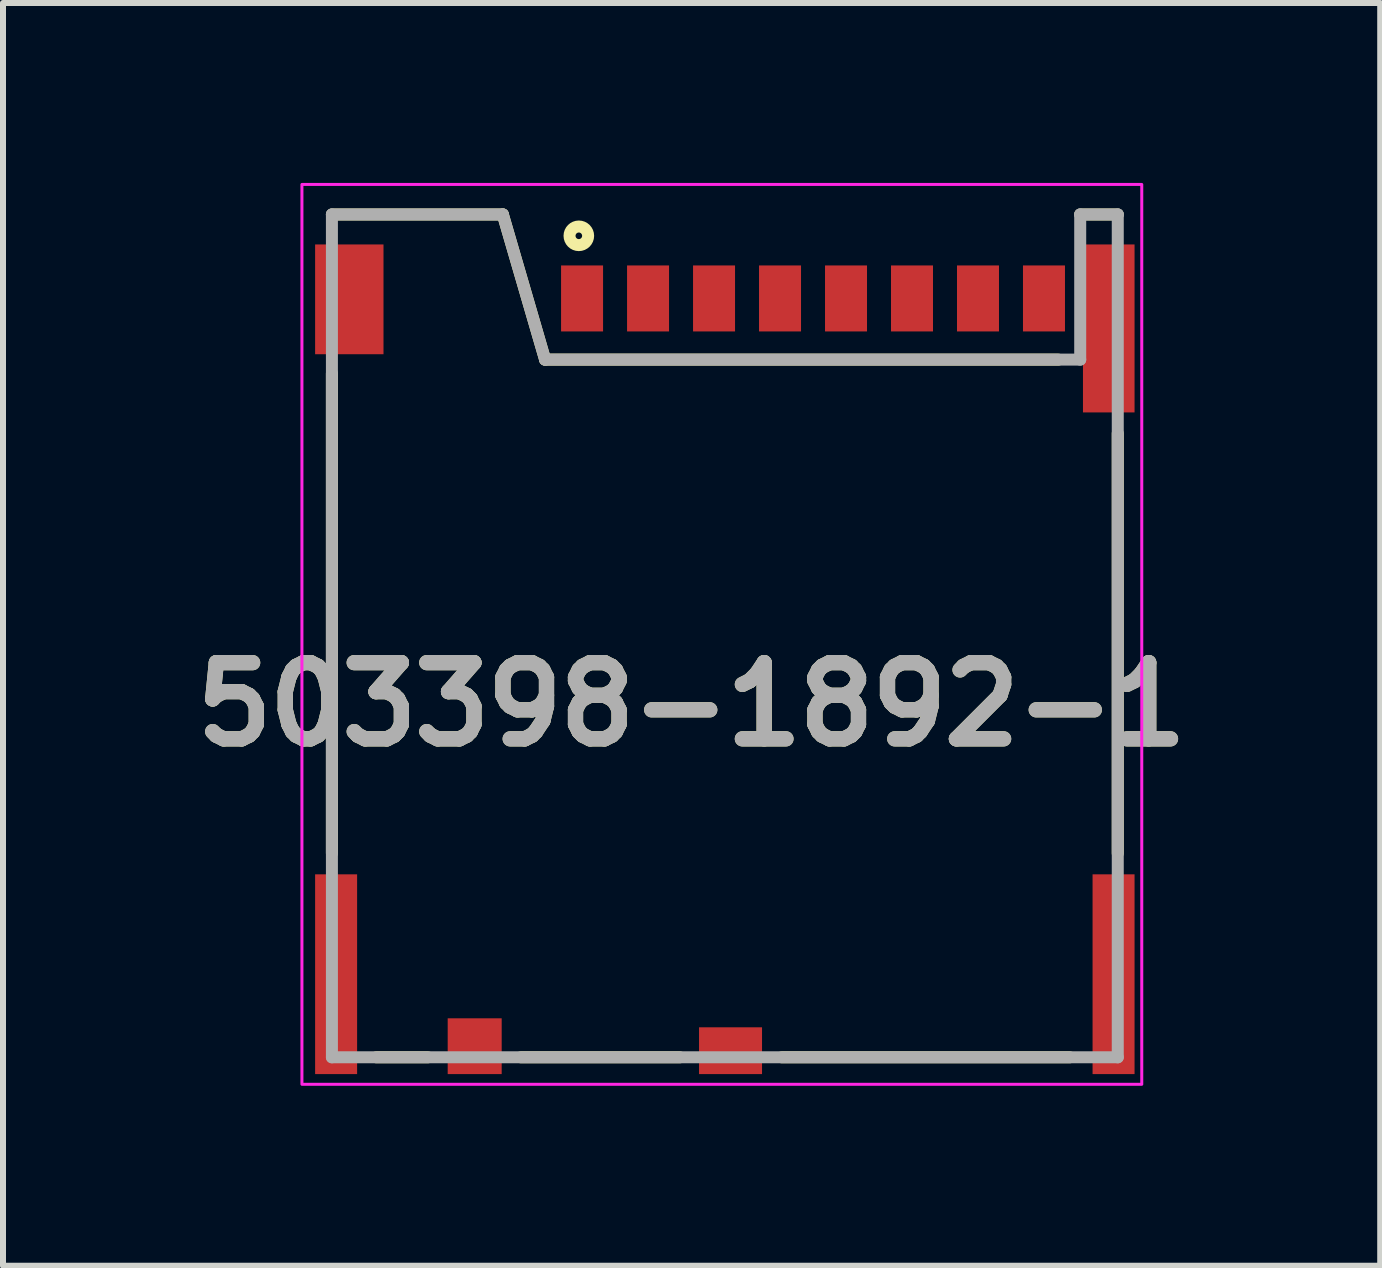
<source format=kicad_pcb>
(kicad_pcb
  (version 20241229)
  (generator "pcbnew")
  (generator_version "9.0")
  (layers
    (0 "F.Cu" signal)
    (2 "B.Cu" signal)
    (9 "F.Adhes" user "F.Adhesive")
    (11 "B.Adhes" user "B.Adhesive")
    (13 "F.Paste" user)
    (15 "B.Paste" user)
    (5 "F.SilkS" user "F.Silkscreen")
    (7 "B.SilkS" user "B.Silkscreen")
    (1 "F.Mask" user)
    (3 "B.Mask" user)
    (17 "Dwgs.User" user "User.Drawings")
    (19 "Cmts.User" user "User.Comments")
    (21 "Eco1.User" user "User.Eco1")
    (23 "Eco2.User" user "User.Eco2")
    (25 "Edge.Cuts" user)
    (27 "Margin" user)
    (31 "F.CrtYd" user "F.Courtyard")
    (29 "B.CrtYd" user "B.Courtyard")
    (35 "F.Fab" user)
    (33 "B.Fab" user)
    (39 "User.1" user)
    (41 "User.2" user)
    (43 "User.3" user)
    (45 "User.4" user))
  (footprint "503398-1892-1"
    (layer "F.Cu")
    (at 2.483 0.525)
    (property "Reference" "503398-1892-1" (at 5.996 8.167 0) (layer "F.SilkS") (effects (font (size 1.27 1.27) (thickness 0.254))))
    (attr smd)
    (fp_line (start 0 0) (end 2.849 0) (stroke (width 0.2) (type solid)) (layer "F.SilkS"))
    (fp_line (start 0 2.65) (end 0 10.648) (stroke (width 0.2) (type solid)) (layer "F.SilkS"))
    (fp_line (start 0.74 14.05) (end 1.6 14.05) (stroke (width 0.2) (type solid)) (layer "F.SilkS"))
    (fp_line (start 2.849 0) (end 3.554 2.42) (stroke (width 0.2) (type solid)) (layer "F.SilkS"))
    (fp_line (start 3.15 14.05) (end 5.8 14.05) (stroke (width 0.2) (type solid)) (layer "F.SilkS"))
    (fp_line (start 3.554 2.42) (end 12.109 2.42) (stroke (width 0.2) (type solid)) (layer "F.SilkS"))
    (fp_line (start 7.5 14.05) (end 12.3 14.05) (stroke (width 0.2) (type solid)) (layer "F.SilkS"))
    (fp_line (start 13.1 0) (end 12.474 0) (stroke (width 0.2) (type solid)) (layer "F.SilkS"))
    (fp_line (start 13.1 3.65) (end 13.1 10.65) (stroke (width 0.2) (type solid)) (layer "F.SilkS"))
    (fp_circle (center 4.116 0.356) (end 4.116 0.411) (stroke (width 0.2) (type solid)) (fill no) (layer "F.SilkS"))
    (fp_rect (start -0.5 -0.5) (end 13.5 14.5) (stroke (width 0.05) (type default)) (fill no) (layer "F.CrtYd"))
    (fp_line (start 0 0) (end 0 14.05) (stroke (width 0.2) (type solid)) (layer "F.Fab"))
    (fp_line (start 0 0) (end 2.849 0) (stroke (width 0.2) (type solid)) (layer "F.Fab"))
    (fp_line (start 0 14.05) (end 13.1 14.05) (stroke (width 0.2) (type solid)) (layer "F.Fab"))
    (fp_line (start 2.849 0) (end 3.554 2.42) (stroke (width 0.2) (type solid)) (layer "F.Fab"))
    (fp_line (start 12.474 0) (end 12.474 2.42) (stroke (width 0.2) (type solid)) (layer "F.Fab"))
    (fp_line (start 12.474 2.42) (end 3.554 2.42) (stroke (width 0.2) (type solid)) (layer "F.Fab"))
    (fp_line (start 13.1 0) (end 12.474 0) (stroke (width 0.2) (type solid)) (layer "F.Fab"))
    (fp_line (start 13.1 14.05) (end 13.1 0) (stroke (width 0.2) (type solid)) (layer "F.Fab"))
    (fp_text user "${REFERENCE}" (at 5.996 8.167 0) (layer "F.Fab") (effects (font (size 1.27 1.27) (thickness 0.254))))
    (pad "1" smd rect (at 4.17 1.4) (size 0.7 1.1) (layers "F.Cu" "F.Mask" "F.Paste"))
    (pad "2" smd rect (at 5.27 1.4) (size 0.7 1.1) (layers "F.Cu" "F.Mask" "F.Paste"))
    (pad "3" smd rect (at 6.37 1.4) (size 0.7 1.1) (layers "F.Cu" "F.Mask" "F.Paste"))
    (pad "4" smd rect (at 7.47 1.4) (size 0.7 1.1) (layers "F.Cu" "F.Mask" "F.Paste"))
    (pad "5" smd rect (at 8.57 1.4) (size 0.7 1.1) (layers "F.Cu" "F.Mask" "F.Paste"))
    (pad "6" smd rect (at 9.67 1.4) (size 0.7 1.1) (layers "F.Cu" "F.Mask" "F.Paste"))
    (pad "7" smd rect (at 10.77 1.4) (size 0.7 1.1) (layers "F.Cu" "F.Mask" "F.Paste"))
    (pad "8" smd rect (at 11.87 1.4) (size 0.7 1.1) (layers "F.Cu" "F.Mask" "F.Paste"))
    (pad "9" smd rect (at 2.38 13.865) (size 0.9 0.93) (layers "F.Cu" "F.Mask" "F.Paste"))
    (pad "10" smd rect (at 6.645 13.94 90) (size 0.78 1.05) (layers "F.Cu" "F.Mask" "F.Paste"))
    (pad "11" smd rect (at 13.03 12.665) (size 0.7 3.33) (layers "F.Cu" "F.Mask" "F.Paste"))
    (pad "12" smd rect (at 12.95 1.9) (size 0.86 2.8) (layers "F.Cu" "F.Mask" "F.Paste"))
    (pad "13" smd rect (at 0.29 1.415) (size 1.14 1.83) (layers "F.Cu" "F.Mask" "F.Paste"))
    (pad "14" smd rect (at 0.07 12.665) (size 0.7 3.33) (layers "F.Cu" "F.Mask" "F.Paste")))
  (gr_rect
    (start -3 -3)
    (end 19.958 18.05)
    (stroke (width 0.1) (type default))
    (fill no)
    (layer "Edge.Cuts")))
</source>
